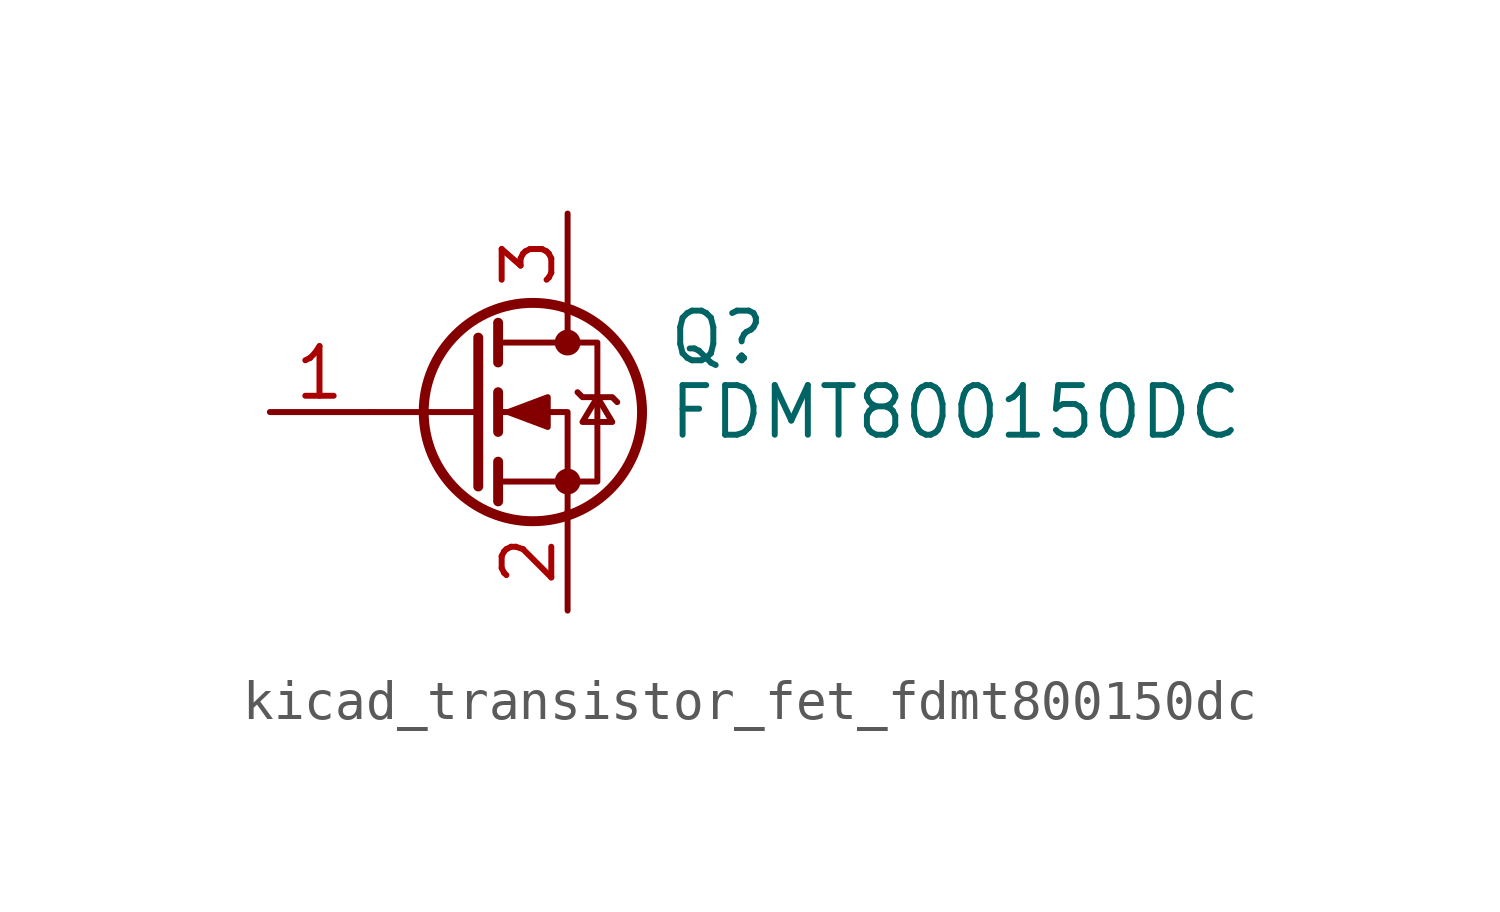
<source format=kicad_sym>
(kicad_symbol_lib
  (version 20220914)
  (generator kicad_symbol_editor)
  (symbol "kicad_transistor_fet_fdmt800150dc"
    (pin_names hide)
    (property "Reference" "Q"
      (at 5.08 1.905 0)
      (effects (font (size 1.27 1.27)) (justify left)))
    (property "Value" "FDMT800150DC"
      (at 5.08 0 0)
      (effects (font (size 1.27 1.27)) (justify left)))
    (symbol "kicad_transistor_fet_fdmt800150dc_0_1"
      (polyline (pts (xy 0.254 0) (xy -2.54 0)) (stroke (width 0) (type default)) (fill (type none)))
      (polyline (pts (xy 0.254 1.905) (xy 0.254 -1.905)) (stroke (width 0.254) (type default)) (fill (type none)))
      (polyline (pts (xy 0.762 -1.27) (xy 0.762 -2.286)) (stroke (width 0.254) (type default)) (fill (type none)))
      (polyline (pts (xy 0.762 0.508) (xy 0.762 -0.508)) (stroke (width 0.254) (type default)) (fill (type none)))
      (polyline (pts (xy 0.762 2.286) (xy 0.762 1.27)) (stroke (width 0.254) (type default)) (fill (type none)))
      (polyline (pts (xy 2.54 2.54) (xy 2.54 1.778)) (stroke (width 0) (type default)) (fill (type none)))
      (polyline (pts (xy 2.54 -2.54) (xy 2.54 0) (xy 0.762 0)) (stroke (width 0) (type default)) (fill (type none)))
      (polyline (pts (xy 0.762 -1.778) (xy 3.302 -1.778) (xy 3.302 1.778) (xy 0.762 1.778)) (stroke (width 0) (type default)) (fill (type none)))
      (polyline (pts (xy 1.016 0) (xy 2.032 0.381) (xy 2.032 -0.381) (xy 1.016 0)) (stroke (width 0) (type default)) (fill (type outline)))
      (polyline (pts (xy 2.794 0.508) (xy 2.921 0.381) (xy 3.683 0.381) (xy 3.81 0.254)) (stroke (width 0) (type default)) (fill (type none)))
      (polyline (pts (xy 3.302 0.381) (xy 2.921 -0.254) (xy 3.683 -0.254) (xy 3.302 0.381)) (stroke (width 0) (type default)) (fill (type none)))
      (circle (center 1.651 0) (radius 2.794) (stroke (width 0.254) (type default)) (fill (type none)))
      (circle (center 2.54 -1.778) (radius 0.254) (stroke (width 0) (type default)) (fill (type outline)))
      (circle (center 2.54 1.778) (radius 0.254) (stroke (width 0) (type default)) (fill (type outline))))
    (symbol "kicad_transistor_fet_fdmt800150dc_1_1"
      (pin passive line (at -5.08 0 0) (length 2.54) (name "G" (effects (font (size 1.27 1.27)))) (number "1" (effects (font (size 1.27 1.27)))))
      (pin passive line (at 2.54 -5.08 90) (length 2.54) (name "S" (effects (font (size 1.27 1.27)))) (number "2" (effects (font (size 1.27 1.27)))))
      (pin passive line (at 2.54 5.08 270) (length 2.54) (name "D" (effects (font (size 1.27 1.27)))) (number "3" (effects (font (size 1.27 1.27))))))))
</source>
